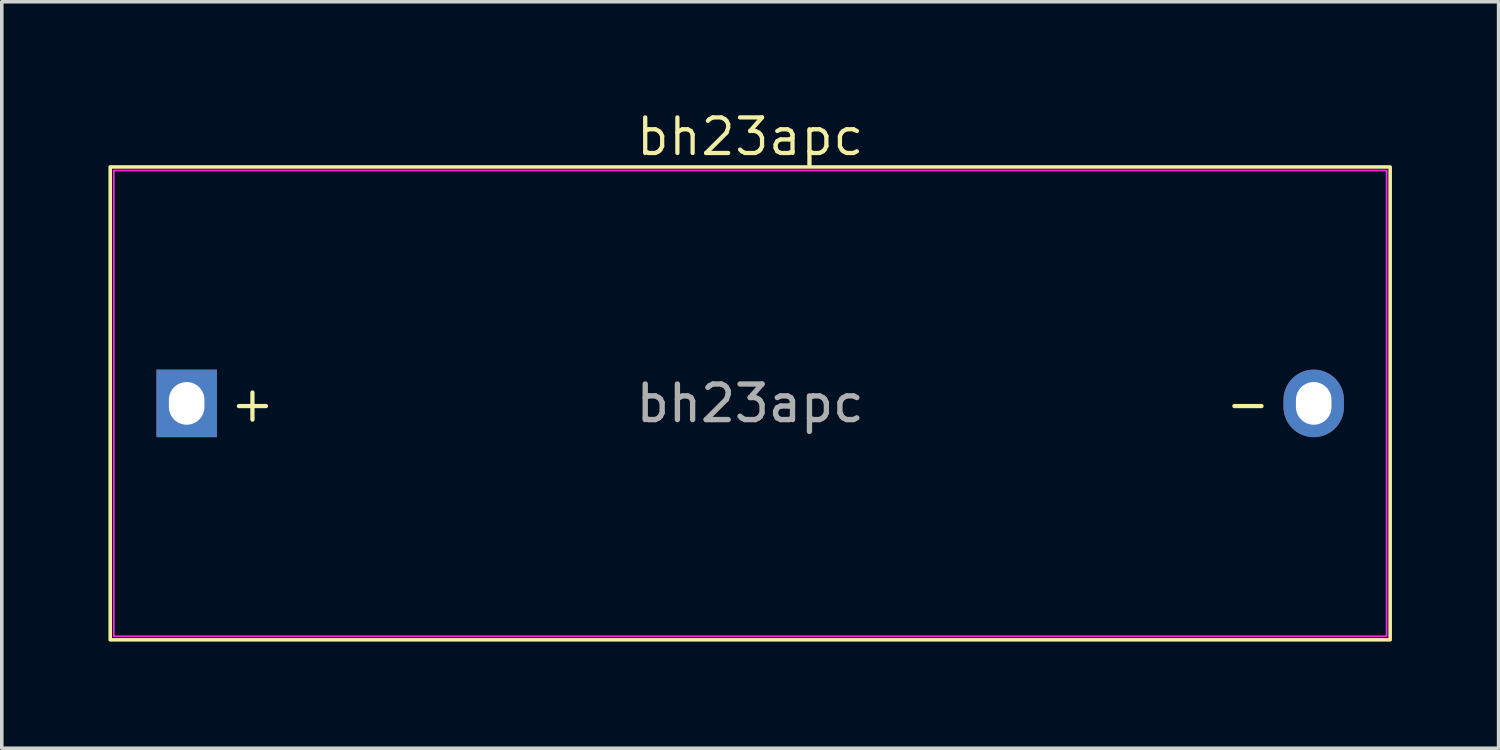
<source format=kicad_pcb>
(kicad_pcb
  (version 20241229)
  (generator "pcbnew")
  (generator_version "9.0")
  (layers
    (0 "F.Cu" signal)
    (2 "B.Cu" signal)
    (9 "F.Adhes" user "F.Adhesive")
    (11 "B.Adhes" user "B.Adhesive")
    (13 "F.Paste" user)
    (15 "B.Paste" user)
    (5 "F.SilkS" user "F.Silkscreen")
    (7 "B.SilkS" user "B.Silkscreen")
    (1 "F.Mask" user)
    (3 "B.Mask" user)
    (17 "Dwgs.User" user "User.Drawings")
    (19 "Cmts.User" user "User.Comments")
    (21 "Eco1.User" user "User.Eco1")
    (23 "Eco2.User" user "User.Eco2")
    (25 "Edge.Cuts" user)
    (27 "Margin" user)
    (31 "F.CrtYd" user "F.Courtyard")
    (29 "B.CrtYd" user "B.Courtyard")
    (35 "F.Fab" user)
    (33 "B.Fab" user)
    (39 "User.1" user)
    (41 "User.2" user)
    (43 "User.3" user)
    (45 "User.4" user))
  (footprint "bh23apc"
    (layer "F.Cu")
    (at 18.05 8.296)
    (property "Reference" "bh23apc" (at 0 -7.5 0) (unlocked yes) (layer "F.SilkS") (effects (font (size 1 1) (thickness 0.12))))
    (attr smd)
    (fp_rect (start -18 -6.65) (end 18 6.65) (stroke (width 0.1) (type solid)) (fill no) (layer "F.SilkS"))
    (fp_rect (start -17.9 -6.55) (end 17.9 6.55) (stroke (width 0.05) (type solid)) (fill no) (layer "F.CrtYd"))
    (fp_text user "+" (at -14 0 0) (unlocked yes) (layer "F.SilkS") (effects (font (size 1 1) (thickness 0.12))))
    (fp_text user "-" (at 14 0 0) (unlocked yes) (layer "F.SilkS") (effects (font (size 1 1) (thickness 0.12))))
    (fp_text user "${REFERENCE}" (at 0 0 0) (unlocked yes) (layer "F.Fab") (effects (font (size 1 1) (thickness 0.15))))
    (pad "1" thru_hole rect (at -15.85 0) (size 1.7 1.9) (drill oval 1 1.2) (layers "*.Cu" "*.Mask"))
    (pad "2" thru_hole oval (at 15.85 0) (size 1.7 1.9) (drill oval 1 1.2) (layers "*.Cu" "*.Mask")))
  (gr_rect
    (start -3 -3)
    (end 39.1 17.996)
    (stroke (width 0.1) (type default))
    (fill no)
    (layer "Edge.Cuts")))
</source>
